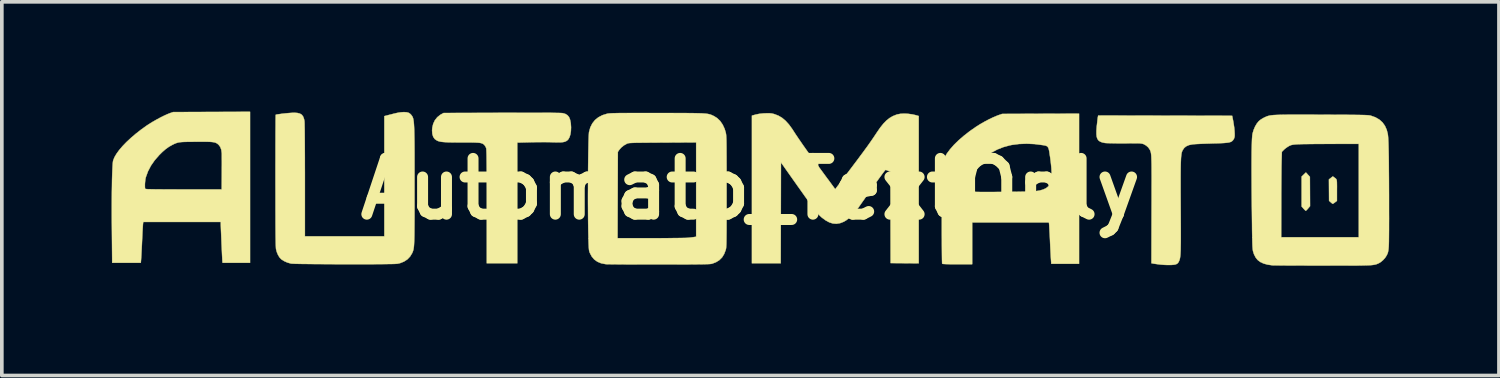
<source format=kicad_pcb>
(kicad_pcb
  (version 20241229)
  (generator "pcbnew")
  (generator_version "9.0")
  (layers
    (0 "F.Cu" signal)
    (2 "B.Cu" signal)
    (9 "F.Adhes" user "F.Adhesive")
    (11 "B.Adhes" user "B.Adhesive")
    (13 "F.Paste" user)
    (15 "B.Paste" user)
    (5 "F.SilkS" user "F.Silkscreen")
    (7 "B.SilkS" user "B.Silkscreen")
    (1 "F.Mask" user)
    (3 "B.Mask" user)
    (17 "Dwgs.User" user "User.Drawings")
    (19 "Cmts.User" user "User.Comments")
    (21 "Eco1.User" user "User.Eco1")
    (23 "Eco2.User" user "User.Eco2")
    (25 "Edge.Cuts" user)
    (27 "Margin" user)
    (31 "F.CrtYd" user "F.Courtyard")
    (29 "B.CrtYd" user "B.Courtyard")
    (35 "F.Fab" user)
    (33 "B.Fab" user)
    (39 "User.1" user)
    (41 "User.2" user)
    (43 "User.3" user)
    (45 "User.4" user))
  (footprint "Automato_TextOnly"
    (layer "F.Cu")
    (at 17.462 2.114)
    (property "Reference" "Automato_TextOnly" (at 0 0 0) (layer "F.SilkS") (effects (font (size 1.524 1.524) (thickness 0.3))))
    (attr through_hole)
    (fp_poly (pts (xy 15.233 -0.391) (xy 15.288 -0.331) (xy 15.29 0.069) (xy 15.292 0.47) (xy 15.239 0.533) (xy 15.21 0.566) (xy 15.187 0.589) (xy 15.176 0.597) (xy 15.163 0.588) (xy 15.139 0.565) (xy 15.114 0.538) (xy 15.062 0.479) (xy 15.062 -0.338) (xy 15.179 -0.451) (xy 15.233 -0.391)) (stroke (width 0.01) (type solid)) (fill yes) (layer "F.SilkS"))
    (fp_poly (pts (xy 15.949 -0.318) (xy 15.974 -0.3) (xy 15.993 -0.285) (xy 16.007 -0.27) (xy 16.017 -0.251) (xy 16.023 -0.225) (xy 16.026 -0.187) (xy 16.027 -0.136) (xy 16.028 -0.066) (xy 16.027 0.025) (xy 16.027 0.034) (xy 16.027 0.325) (xy 15.974 0.366) (xy 15.943 0.389) (xy 15.92 0.403) (xy 15.913 0.406) (xy 15.899 0.399) (xy 15.874 0.379) (xy 15.858 0.365) (xy 15.812 0.324) (xy 15.81 0.032) (xy 15.808 -0.26) (xy 15.862 -0.302) (xy 15.915 -0.343) (xy 15.949 -0.318)) (stroke (width 0.01) (type solid)) (fill yes) (layer "F.SilkS"))
    (fp_poly (pts (xy -5.91 -2.082) (xy -5.746 -2.082) (xy -5.604 -2.081) (xy -5.482 -2.081) (xy -5.379 -2.08) (xy -5.295 -2.078) (xy -5.229 -2.077) (xy -5.18 -2.075) (xy -5.146 -2.073) (xy -5.129 -2.071) (xy -5.057 -2.049) (xy -5.002 -2.014) (xy -4.961 -1.965) (xy -4.933 -1.898) (xy -4.915 -1.81) (xy -4.912 -1.791) (xy -4.905 -1.684) (xy -4.909 -1.583) (xy -4.923 -1.492) (xy -4.947 -1.415) (xy -4.98 -1.356) (xy -5.013 -1.323) (xy -5.044 -1.304) (xy -5.078 -1.29) (xy -5.118 -1.281) (xy -5.17 -1.275) (xy -5.237 -1.273) (xy -5.321 -1.274) (xy -5.408 -1.276) (xy -5.491 -1.279) (xy -5.592 -1.28) (xy -5.704 -1.28) (xy -5.822 -1.279) (xy -5.937 -1.278) (xy -6.014 -1.276) (xy -6.375 -1.267) (xy -6.375 2.032) (xy -7.208 2.032) (xy -7.208 0.486) (xy -7.208 0.242) (xy -7.208 0.022) (xy -7.209 -0.175) (xy -7.209 -0.349) (xy -7.21 -0.502) (xy -7.211 -0.636) (xy -7.212 -0.75) (xy -7.213 -0.847) (xy -7.214 -0.927) (xy -7.216 -0.991) (xy -7.218 -1.041) (xy -7.22 -1.078) (xy -7.222 -1.102) (xy -7.224 -1.114) (xy -7.243 -1.158) (xy -7.271 -1.198) (xy -7.277 -1.204) (xy -7.295 -1.221) (xy -7.316 -1.235) (xy -7.341 -1.246) (xy -7.373 -1.255) (xy -7.415 -1.262) (xy -7.468 -1.266) (xy -7.537 -1.269) (xy -7.622 -1.271) (xy -7.728 -1.271) (xy -7.855 -1.271) (xy -7.882 -1.271) (xy -8.026 -1.271) (xy -8.148 -1.272) (xy -8.249 -1.274) (xy -8.332 -1.278) (xy -8.4 -1.283) (xy -8.456 -1.289) (xy -8.5 -1.298) (xy -8.538 -1.309) (xy -8.569 -1.322) (xy -8.57 -1.323) (xy -8.63 -1.365) (xy -8.672 -1.425) (xy -8.696 -1.504) (xy -8.703 -1.599) (xy -8.697 -1.674) (xy -8.672 -1.781) (xy -8.626 -1.878) (xy -8.56 -1.961) (xy -8.477 -2.027) (xy -8.456 -2.039) (xy -8.388 -2.076) (xy -6.792 -2.081) (xy -6.536 -2.081) (xy -6.304 -2.082) (xy -6.095 -2.082) (xy -5.91 -2.082)) (stroke (width 0.01) (type solid)) (fill yes) (layer "F.SilkS"))
    (fp_poly (pts (xy 0.525 -2.068) (xy 0.569 -2.064) (xy 0.611 -2.056) (xy 0.655 -2.044) (xy 0.763 -2.002) (xy 0.863 -1.943) (xy 0.957 -1.864) (xy 1.048 -1.764) (xy 1.138 -1.641) (xy 1.156 -1.613) (xy 1.239 -1.485) (xy 1.335 -1.343) (xy 1.44 -1.191) (xy 1.551 -1.034) (xy 1.663 -0.878) (xy 1.725 -0.794) (xy 1.794 -0.701) (xy 1.872 -0.595) (xy 1.953 -0.485) (xy 2.032 -0.377) (xy 2.103 -0.28) (xy 2.119 -0.26) (xy 2.315 0.007) (xy 2.608 -0.38) (xy 2.726 -0.537) (xy 2.83 -0.675) (xy 2.922 -0.797) (xy 3.002 -0.905) (xy 3.073 -1) (xy 3.135 -1.085) (xy 3.191 -1.161) (xy 3.24 -1.231) (xy 3.286 -1.296) (xy 3.329 -1.358) (xy 3.371 -1.42) (xy 3.413 -1.483) (xy 3.457 -1.549) (xy 3.462 -1.556) (xy 3.549 -1.682) (xy 3.633 -1.786) (xy 3.715 -1.87) (xy 3.799 -1.937) (xy 3.887 -1.989) (xy 3.981 -2.027) (xy 4.012 -2.037) (xy 4.095 -2.053) (xy 4.195 -2.059) (xy 4.303 -2.054) (xy 4.415 -2.039) (xy 4.523 -2.015) (xy 4.531 -2.012) (xy 4.597 -1.993) (xy 4.597 2.032) (xy 3.829 2.026) (xy 3.826 0.777) (xy 3.823 -0.471) (xy 3.764 -0.496) (xy 3.727 -0.51) (xy 3.699 -0.519) (xy 3.69 -0.521) (xy 3.683 -0.515) (xy 3.667 -0.496) (xy 3.642 -0.465) (xy 3.608 -0.42) (xy 3.564 -0.359) (xy 3.509 -0.284) (xy 3.444 -0.192) (xy 3.366 -0.083) (xy 3.276 0.045) (xy 3.173 0.19) (xy 3.057 0.355) (xy 2.954 0.502) (xy 2.873 0.609) (xy 2.787 0.706) (xy 2.7 0.79) (xy 2.616 0.856) (xy 2.548 0.896) (xy 2.448 0.935) (xy 2.349 0.951) (xy 2.252 0.944) (xy 2.153 0.913) (xy 2.052 0.858) (xy 1.95 0.783) (xy 1.924 0.759) (xy 1.896 0.733) (xy 1.866 0.702) (xy 1.833 0.664) (xy 1.796 0.619) (xy 1.753 0.564) (xy 1.703 0.498) (xy 1.645 0.419) (xy 1.577 0.326) (xy 1.499 0.218) (xy 1.41 0.092) (xy 1.307 -0.053) (xy 1.281 -0.089) (xy 0.832 -0.725) (xy 0.829 0.654) (xy 0.825 2.032) (xy 0.038 2.032) (xy 0.038 -2.004) (xy 0.143 -2.033) (xy 0.235 -2.052) (xy 0.341 -2.064) (xy 0.402 -2.067) (xy 0.472 -2.069) (xy 0.525 -2.068)) (stroke (width 0.01) (type solid)) (fill yes) (layer "F.SilkS"))
    (fp_poly (pts (xy 13.163 -2) (xy 13.192 -1.854) (xy 13.207 -1.764) (xy 13.22 -1.673) (xy 13.228 -1.586) (xy 13.232 -1.509) (xy 13.232 -1.448) (xy 13.228 -1.418) (xy 13.214 -1.376) (xy 13.19 -1.337) (xy 13.188 -1.335) (xy 13.17 -1.315) (xy 13.15 -1.299) (xy 13.126 -1.286) (xy 13.094 -1.276) (xy 13.053 -1.267) (xy 13 -1.261) (xy 12.931 -1.255) (xy 12.845 -1.251) (xy 12.739 -1.247) (xy 12.611 -1.244) (xy 12.605 -1.243) (xy 12.498 -1.24) (xy 12.395 -1.237) (xy 12.3 -1.233) (xy 12.216 -1.229) (xy 12.148 -1.225) (xy 12.1 -1.221) (xy 12.081 -1.219) (xy 11.986 -1.2) (xy 11.911 -1.168) (xy 11.854 -1.123) (xy 11.812 -1.062) (xy 11.791 -1.015) (xy 11.785 -0.993) (xy 11.779 -0.965) (xy 11.774 -0.93) (xy 11.769 -0.887) (xy 11.765 -0.834) (xy 11.762 -0.769) (xy 11.759 -0.692) (xy 11.757 -0.601) (xy 11.756 -0.495) (xy 11.755 -0.371) (xy 11.755 -0.229) (xy 11.755 -0.068) (xy 11.755 0.115) (xy 11.756 0.321) (xy 11.757 0.533) (xy 11.758 0.747) (xy 11.759 0.936) (xy 11.76 1.103) (xy 11.76 1.25) (xy 11.76 1.377) (xy 11.759 1.487) (xy 11.757 1.581) (xy 11.756 1.661) (xy 11.753 1.727) (xy 11.75 1.783) (xy 11.746 1.829) (xy 11.741 1.867) (xy 11.736 1.898) (xy 11.729 1.924) (xy 11.722 1.947) (xy 11.713 1.968) (xy 11.711 1.975) (xy 11.689 2.014) (xy 11.663 2.041) (xy 11.626 2.06) (xy 11.575 2.071) (xy 11.505 2.077) (xy 11.462 2.078) (xy 11.384 2.078) (xy 11.296 2.074) (xy 11.213 2.067) (xy 11.182 2.064) (xy 11.121 2.056) (xy 11.064 2.048) (xy 11.02 2.042) (xy 11 2.038) (xy 10.957 2.03) (xy 10.961 0.555) (xy 10.962 0.326) (xy 10.962 0.122) (xy 10.962 -0.06) (xy 10.963 -0.221) (xy 10.963 -0.362) (xy 10.962 -0.485) (xy 10.962 -0.591) (xy 10.961 -0.682) (xy 10.959 -0.759) (xy 10.957 -0.823) (xy 10.955 -0.876) (xy 10.952 -0.92) (xy 10.948 -0.955) (xy 10.944 -0.984) (xy 10.939 -1.007) (xy 10.933 -1.026) (xy 10.927 -1.043) (xy 10.92 -1.059) (xy 10.912 -1.075) (xy 10.908 -1.081) (xy 10.869 -1.137) (xy 10.813 -1.186) (xy 10.75 -1.223) (xy 10.721 -1.233) (xy 10.676 -1.242) (xy 10.619 -1.248) (xy 10.573 -1.249) (xy 10.414 -1.248) (xy 10.266 -1.247) (xy 10.128 -1.247) (xy 10.005 -1.247) (xy 9.898 -1.249) (xy 9.808 -1.251) (xy 9.739 -1.253) (xy 9.692 -1.256) (xy 9.679 -1.258) (xy 9.609 -1.273) (xy 9.554 -1.295) (xy 9.511 -1.325) (xy 9.481 -1.368) (xy 9.462 -1.424) (xy 9.454 -1.497) (xy 9.454 -1.589) (xy 9.462 -1.702) (xy 9.467 -1.746) (xy 9.475 -1.816) (xy 9.482 -1.879) (xy 9.488 -1.93) (xy 9.493 -1.964) (xy 9.495 -1.972) (xy 9.502 -2.007) (xy 13.163 -2)) (stroke (width 0.01) (type solid)) (fill yes) (layer "F.SilkS"))
    (fp_poly (pts (xy -13.678 2.019) (xy -14.427 2.019) (xy -14.432 1.991) (xy -14.434 1.973) (xy -14.436 1.934) (xy -14.439 1.876) (xy -14.443 1.802) (xy -14.447 1.716) (xy -14.451 1.622) (xy -14.456 1.522) (xy -14.46 1.421) (xy -14.464 1.32) (xy -14.468 1.225) (xy -14.472 1.137) (xy -14.475 1.061) (xy -14.477 0.999) (xy -14.478 0.956) (xy -14.478 0.937) (xy -14.478 0.902) (xy -16.597 0.902) (xy -16.604 0.956) (xy -16.606 0.981) (xy -16.609 1.029) (xy -16.613 1.095) (xy -16.618 1.176) (xy -16.622 1.268) (xy -16.627 1.369) (xy -16.63 1.435) (xy -16.635 1.541) (xy -16.64 1.641) (xy -16.645 1.734) (xy -16.649 1.814) (xy -16.653 1.879) (xy -16.656 1.924) (xy -16.657 1.94) (xy -16.664 2.019) (xy -17.446 2.019) (xy -17.454 1.133) (xy -17.456 0.906) (xy -17.457 0.687) (xy -17.457 0.477) (xy -17.456 0.278) (xy -17.455 0.091) (xy -17.452 -0.082) (xy -17.452 -0.084) (xy -16.552 -0.084) (xy -16.55 -0.037) (xy -16.545 -0.007) (xy -16.543 -0.002) (xy -16.534 0.001) (xy -16.51 0.003) (xy -16.471 0.006) (xy -16.414 0.007) (xy -16.34 0.009) (xy -16.246 0.01) (xy -16.132 0.011) (xy -15.997 0.012) (xy -15.84 0.012) (xy -15.659 0.013) (xy -15.493 0.013) (xy -14.453 0.013) (xy -14.45 -0.448) (xy -14.45 -0.557) (xy -14.449 -0.66) (xy -14.449 -0.755) (xy -14.45 -0.838) (xy -14.45 -0.905) (xy -14.45 -0.954) (xy -14.451 -0.978) (xy -14.464 -1.073) (xy -14.493 -1.149) (xy -14.538 -1.209) (xy -14.542 -1.212) (xy -14.566 -1.232) (xy -14.59 -1.249) (xy -14.618 -1.262) (xy -14.651 -1.273) (xy -14.692 -1.28) (xy -14.745 -1.286) (xy -14.811 -1.289) (xy -14.894 -1.291) (xy -14.996 -1.291) (xy -15.12 -1.291) (xy -15.157 -1.29) (xy -15.281 -1.289) (xy -15.383 -1.288) (xy -15.465 -1.286) (xy -15.532 -1.283) (xy -15.587 -1.278) (xy -15.632 -1.271) (xy -15.672 -1.261) (xy -15.709 -1.248) (xy -15.747 -1.232) (xy -15.788 -1.212) (xy -15.811 -1.2) (xy -15.898 -1.151) (xy -15.983 -1.09) (xy -16.071 -1.014) (xy -16.161 -0.925) (xy -16.284 -0.784) (xy -16.387 -0.636) (xy -16.467 -0.483) (xy -16.523 -0.33) (xy -16.531 -0.302) (xy -16.54 -0.256) (xy -16.546 -0.2) (xy -16.551 -0.14) (xy -16.552 -0.084) (xy -17.452 -0.084) (xy -17.45 -0.24) (xy -17.446 -0.38) (xy -17.441 -0.503) (xy -17.436 -0.606) (xy -17.431 -0.688) (xy -17.425 -0.747) (xy -17.418 -0.781) (xy -17.384 -0.866) (xy -17.329 -0.96) (xy -17.255 -1.062) (xy -17.164 -1.169) (xy -17.057 -1.28) (xy -16.936 -1.393) (xy -16.804 -1.506) (xy -16.661 -1.618) (xy -16.511 -1.726) (xy -16.447 -1.768) (xy -16.35 -1.829) (xy -16.245 -1.889) (xy -16.138 -1.947) (xy -16.034 -1.999) (xy -15.938 -2.043) (xy -15.862 -2.073) (xy -15.78 -2.101) (xy -13.678 -2.109) (xy -13.678 2.019)) (stroke (width 0.01) (type solid)) (fill yes) (layer "F.SilkS"))
    (fp_poly (pts (xy 8.979 2.045) (xy 8.22 2.045) (xy 8.213 1.946) (xy 8.21 1.91) (xy 8.207 1.852) (xy 8.203 1.776) (xy 8.198 1.686) (xy 8.193 1.587) (xy 8.188 1.481) (xy 8.185 1.41) (xy 8.18 1.306) (xy 8.175 1.209) (xy 8.17 1.122) (xy 8.166 1.049) (xy 8.163 0.993) (xy 8.16 0.956) (xy 8.159 0.943) (xy 8.153 0.914) (xy 6.058 0.914) (xy 6.058 2.057) (xy 5.652 2.057) (xy 5.523 2.057) (xy 5.418 2.056) (xy 5.338 2.054) (xy 5.282 2.051) (xy 5.248 2.047) (xy 5.238 2.044) (xy 5.236 2.028) (xy 5.235 1.99) (xy 5.233 1.93) (xy 5.232 1.851) (xy 5.231 1.754) (xy 5.23 1.643) (xy 5.229 1.518) (xy 5.229 1.383) (xy 5.228 1.238) (xy 5.228 1.087) (xy 5.228 0.931) (xy 5.228 0.773) (xy 5.228 0.613) (xy 5.229 0.455) (xy 5.229 0.301) (xy 5.23 0.151) (xy 5.231 0.01) (xy 5.232 -0.122) (xy 5.232 -0.123) (xy 6.102 -0.123) (xy 6.109 -0.045) (xy 6.116 0.007) (xy 6.122 0.048) (xy 6.127 0.073) (xy 6.128 0.077) (xy 6.142 0.079) (xy 6.179 0.081) (xy 6.235 0.082) (xy 6.309 0.083) (xy 6.399 0.083) (xy 6.501 0.083) (xy 6.612 0.083) (xy 6.731 0.082) (xy 6.855 0.081) (xy 6.981 0.08) (xy 7.106 0.079) (xy 7.228 0.078) (xy 7.345 0.076) (xy 7.453 0.074) (xy 7.551 0.072) (xy 7.635 0.07) (xy 7.703 0.068) (xy 7.753 0.065) (xy 7.779 0.063) (xy 7.899 0.044) (xy 7.996 0.017) (xy 8.074 -0.019) (xy 8.133 -0.066) (xy 8.178 -0.124) (xy 8.209 -0.194) (xy 8.223 -0.258) (xy 8.23 -0.345) (xy 8.229 -0.452) (xy 8.222 -0.58) (xy 8.207 -0.725) (xy 8.191 -0.85) (xy 8.176 -0.948) (xy 8.165 -1.024) (xy 8.153 -1.081) (xy 8.139 -1.122) (xy 8.122 -1.15) (xy 8.1 -1.169) (xy 8.071 -1.182) (xy 8.032 -1.191) (xy 7.983 -1.199) (xy 7.981 -1.199) (xy 7.764 -1.227) (xy 7.549 -1.237) (xy 7.339 -1.229) (xy 7.14 -1.203) (xy 7.087 -1.192) (xy 6.908 -1.143) (xy 6.743 -1.078) (xy 6.595 -0.998) (xy 6.465 -0.905) (xy 6.352 -0.799) (xy 6.26 -0.682) (xy 6.187 -0.554) (xy 6.136 -0.418) (xy 6.107 -0.274) (xy 6.102 -0.123) (xy 5.232 -0.123) (xy 5.233 -0.242) (xy 5.234 -0.348) (xy 5.236 -0.439) (xy 5.237 -0.512) (xy 5.239 -0.564) (xy 5.241 -0.592) (xy 5.247 -0.663) (xy 5.254 -0.716) (xy 5.262 -0.757) (xy 5.274 -0.793) (xy 5.29 -0.832) (xy 5.3 -0.852) (xy 5.365 -0.965) (xy 5.453 -1.083) (xy 5.561 -1.206) (xy 5.689 -1.331) (xy 5.834 -1.456) (xy 5.994 -1.581) (xy 6.167 -1.701) (xy 6.276 -1.77) (xy 6.393 -1.837) (xy 6.512 -1.9) (xy 6.627 -1.955) (xy 6.731 -1.999) (xy 6.775 -2.016) (xy 6.877 -2.051) (xy 7.928 -2.055) (xy 8.979 -2.058) (xy 8.979 2.045)) (stroke (width 0.01) (type solid)) (fill yes) (layer "F.SilkS"))
    (fp_poly (pts (xy -9.394 -2.095) (xy -9.337 -2.078) (xy -9.292 -2.045) (xy -9.267 -2.016) (xy -9.255 -2) (xy -9.245 -1.984) (xy -9.235 -1.966) (xy -9.227 -1.945) (xy -9.219 -1.92) (xy -9.213 -1.889) (xy -9.207 -1.852) (xy -9.202 -1.807) (xy -9.198 -1.752) (xy -9.194 -1.686) (xy -9.191 -1.609) (xy -9.189 -1.518) (xy -9.187 -1.413) (xy -9.185 -1.291) (xy -9.184 -1.153) (xy -9.183 -0.996) (xy -9.183 -0.819) (xy -9.183 -0.621) (xy -9.183 -0.401) (xy -9.183 -0.157) (xy -9.183 -0.083) (xy -9.183 0.159) (xy -9.183 0.377) (xy -9.183 0.572) (xy -9.183 0.745) (xy -9.184 0.899) (xy -9.185 1.034) (xy -9.186 1.152) (xy -9.187 1.255) (xy -9.189 1.343) (xy -9.191 1.418) (xy -9.194 1.481) (xy -9.197 1.534) (xy -9.201 1.579) (xy -9.206 1.615) (xy -9.211 1.646) (xy -9.217 1.672) (xy -9.224 1.695) (xy -9.231 1.716) (xy -9.24 1.736) (xy -9.249 1.757) (xy -9.25 1.758) (xy -9.305 1.848) (xy -9.379 1.925) (xy -9.471 1.985) (xy -9.576 2.027) (xy -9.652 2.044) (xy -9.68 2.046) (xy -9.732 2.049) (xy -9.804 2.051) (xy -9.896 2.052) (xy -10.004 2.054) (xy -10.127 2.055) (xy -10.263 2.056) (xy -10.41 2.057) (xy -10.566 2.057) (xy -10.728 2.057) (xy -10.895 2.057) (xy -11.065 2.057) (xy -11.235 2.057) (xy -11.403 2.056) (xy -11.568 2.055) (xy -11.727 2.054) (xy -11.878 2.053) (xy -12.02 2.052) (xy -12.15 2.05) (xy -12.266 2.049) (xy -12.366 2.047) (xy -12.448 2.045) (xy -12.51 2.042) (xy -12.55 2.04) (xy -12.562 2.038) (xy -12.658 2.011) (xy -12.748 1.971) (xy -12.823 1.923) (xy -12.828 1.919) (xy -12.874 1.869) (xy -12.915 1.8) (xy -12.948 1.721) (xy -12.968 1.644) (xy -12.97 1.624) (xy -12.972 1.591) (xy -12.974 1.545) (xy -12.976 1.483) (xy -12.977 1.406) (xy -12.979 1.312) (xy -12.98 1.201) (xy -12.981 1.071) (xy -12.982 0.922) (xy -12.982 0.752) (xy -12.983 0.561) (xy -12.983 0.348) (xy -12.983 0.111) (xy -12.984 -0.149) (xy -12.984 -0.232) (xy -12.984 -0.443) (xy -12.984 -0.647) (xy -12.983 -0.842) (xy -12.983 -1.028) (xy -12.983 -1.203) (xy -12.982 -1.364) (xy -12.982 -1.512) (xy -12.981 -1.644) (xy -12.98 -1.758) (xy -12.98 -1.855) (xy -12.979 -1.931) (xy -12.978 -1.986) (xy -12.977 -2.018) (xy -12.977 -2.026) (xy -12.96 -2.032) (xy -12.923 -2.039) (xy -12.87 -2.046) (xy -12.806 -2.055) (xy -12.736 -2.063) (xy -12.664 -2.07) (xy -12.595 -2.076) (xy -12.534 -2.08) (xy -12.486 -2.082) (xy -12.477 -2.083) (xy -12.387 -2.077) (xy -12.317 -2.06) (xy -12.265 -2.029) (xy -12.228 -1.98) (xy -12.203 -1.913) (xy -12.192 -1.859) (xy -12.19 -1.835) (xy -12.188 -1.787) (xy -12.187 -1.716) (xy -12.185 -1.623) (xy -12.184 -1.508) (xy -12.183 -1.374) (xy -12.182 -1.222) (xy -12.181 -1.052) (xy -12.18 -0.865) (xy -12.18 -0.664) (xy -12.179 -0.448) (xy -12.179 -0.244) (xy -12.179 1.295) (xy -10.008 1.295) (xy -10.008 -1.99) (xy -9.858 -2.029) (xy -9.76 -2.054) (xy -9.681 -2.073) (xy -9.617 -2.086) (xy -9.562 -2.094) (xy -9.512 -2.098) (xy -9.468 -2.1) (xy -9.394 -2.095)) (stroke (width 0.01) (type solid)) (fill yes) (layer "F.SilkS"))
    (fp_poly (pts (xy 15.147 -2.03) (xy 15.335 -2.03) (xy 15.546 -2.029) (xy 15.61 -2.029) (xy 15.819 -2.028) (xy 16.004 -2.027) (xy 16.167 -2.026) (xy 16.309 -2.026) (xy 16.432 -2.025) (xy 16.537 -2.024) (xy 16.626 -2.023) (xy 16.7 -2.021) (xy 16.762 -2.02) (xy 16.812 -2.018) (xy 16.852 -2.016) (xy 16.884 -2.014) (xy 16.909 -2.011) (xy 16.929 -2.008) (xy 16.945 -2.005) (xy 16.952 -2.003) (xy 17.078 -1.958) (xy 17.184 -1.897) (xy 17.271 -1.82) (xy 17.339 -1.725) (xy 17.388 -1.614) (xy 17.416 -1.505) (xy 17.421 -1.469) (xy 17.426 -1.417) (xy 17.43 -1.348) (xy 17.434 -1.261) (xy 17.437 -1.155) (xy 17.44 -1.03) (xy 17.443 -0.885) (xy 17.445 -0.72) (xy 17.446 -0.533) (xy 17.448 -0.324) (xy 17.449 -0.092) (xy 17.45 0.164) (xy 17.45 0.444) (xy 17.45 0.618) (xy 17.451 0.808) (xy 17.45 0.974) (xy 17.45 1.119) (xy 17.449 1.243) (xy 17.448 1.349) (xy 17.447 1.439) (xy 17.445 1.514) (xy 17.442 1.577) (xy 17.438 1.628) (xy 17.433 1.67) (xy 17.427 1.704) (xy 17.421 1.733) (xy 17.413 1.758) (xy 17.403 1.781) (xy 17.392 1.804) (xy 17.385 1.818) (xy 17.344 1.882) (xy 17.288 1.944) (xy 17.226 1.996) (xy 17.178 2.026) (xy 17.156 2.036) (xy 17.135 2.046) (xy 17.114 2.054) (xy 17.091 2.062) (xy 17.064 2.068) (xy 17.033 2.074) (xy 16.995 2.079) (xy 16.949 2.083) (xy 16.894 2.086) (xy 16.828 2.088) (xy 16.75 2.09) (xy 16.657 2.092) (xy 16.549 2.093) (xy 16.424 2.093) (xy 16.28 2.094) (xy 16.116 2.094) (xy 15.93 2.094) (xy 15.721 2.093) (xy 15.621 2.093) (xy 15.44 2.093) (xy 15.265 2.093) (xy 15.098 2.092) (xy 14.942 2.092) (xy 14.797 2.091) (xy 14.666 2.091) (xy 14.55 2.09) (xy 14.451 2.089) (xy 14.371 2.089) (xy 14.312 2.088) (xy 14.274 2.087) (xy 14.262 2.087) (xy 14.131 2.068) (xy 14.022 2.038) (xy 13.932 1.996) (xy 13.86 1.941) (xy 13.804 1.871) (xy 13.76 1.784) (xy 13.733 1.699) (xy 13.73 1.682) (xy 13.727 1.66) (xy 13.724 1.632) (xy 13.721 1.596) (xy 13.718 1.55) (xy 13.716 1.493) (xy 13.714 1.422) (xy 13.712 1.337) (xy 13.712 1.321) (xy 14.503 1.321) (xy 16.624 1.321) (xy 16.624 -1.232) (xy 15.865 -1.231) (xy 15.723 -1.231) (xy 15.584 -1.23) (xy 15.451 -1.23) (xy 15.327 -1.228) (xy 15.215 -1.227) (xy 15.117 -1.226) (xy 15.037 -1.224) (xy 14.977 -1.222) (xy 14.947 -1.221) (xy 14.878 -1.216) (xy 14.828 -1.21) (xy 14.791 -1.203) (xy 14.759 -1.193) (xy 14.726 -1.178) (xy 14.711 -1.17) (xy 14.66 -1.138) (xy 14.608 -1.099) (xy 14.578 -1.072) (xy 14.522 -1.015) (xy 14.514 -0.765) (xy 14.513 -0.709) (xy 14.511 -0.631) (xy 14.51 -0.533) (xy 14.509 -0.419) (xy 14.508 -0.29) (xy 14.507 -0.149) (xy 14.506 -0.00019) (xy 14.505 0.155) (xy 14.505 0.313) (xy 14.505 0.403) (xy 14.503 1.321) (xy 13.712 1.321) (xy 13.71 1.236) (xy 13.708 1.118) (xy 13.707 0.979) (xy 13.705 0.82) (xy 13.703 0.638) (xy 13.701 0.495) (xy 13.698 0.209) (xy 13.696 -0.053) (xy 13.695 -0.29) (xy 13.694 -0.505) (xy 13.694 -0.697) (xy 13.695 -0.867) (xy 13.696 -1.017) (xy 13.699 -1.146) (xy 13.702 -1.256) (xy 13.705 -1.347) (xy 13.71 -1.42) (xy 13.715 -1.476) (xy 13.722 -1.515) (xy 13.722 -1.517) (xy 13.75 -1.612) (xy 13.789 -1.704) (xy 13.836 -1.785) (xy 13.887 -1.848) (xy 13.935 -1.889) (xy 13.996 -1.928) (xy 14.039 -1.951) (xy 14.067 -1.964) (xy 14.092 -1.975) (xy 14.117 -1.986) (xy 14.144 -1.994) (xy 14.174 -2.002) (xy 14.208 -2.009) (xy 14.248 -2.014) (xy 14.296 -2.019) (xy 14.354 -2.022) (xy 14.422 -2.025) (xy 14.503 -2.027) (xy 14.597 -2.029) (xy 14.707 -2.03) (xy 14.835 -2.03) (xy 14.981 -2.03) (xy 15.147 -2.03)) (stroke (width 0.01) (type solid)) (fill yes) (layer "F.SilkS"))
    (fp_poly (pts (xy -2.711 -2.075) (xy -2.553 -2.075) (xy -2.336 -2.075) (xy -2.144 -2.075) (xy -1.974 -2.074) (xy -1.824 -2.074) (xy -1.694 -2.073) (xy -1.581 -2.072) (xy -1.484 -2.07) (xy -1.401 -2.068) (xy -1.332 -2.066) (xy -1.273 -2.062) (xy -1.224 -2.058) (xy -1.183 -2.053) (xy -1.149 -2.047) (xy -1.12 -2.04) (xy -1.093 -2.032) (xy -1.069 -2.023) (xy -1.045 -2.012) (xy -1.02 -2) (xy -1.007 -1.995) (xy -0.913 -1.937) (xy -0.83 -1.857) (xy -0.762 -1.759) (xy -0.708 -1.643) (xy -0.676 -1.536) (xy -0.673 -1.52) (xy -0.67 -1.502) (xy -0.667 -1.481) (xy -0.665 -1.454) (xy -0.663 -1.421) (xy -0.661 -1.38) (xy -0.659 -1.329) (xy -0.658 -1.268) (xy -0.657 -1.194) (xy -0.656 -1.107) (xy -0.656 -1.005) (xy -0.655 -0.887) (xy -0.655 -0.75) (xy -0.654 -0.595) (xy -0.654 -0.418) (xy -0.654 -0.219) (xy -0.654 0.003) (xy -0.654 0.07) (xy -0.654 0.298) (xy -0.654 0.503) (xy -0.654 0.684) (xy -0.654 0.845) (xy -0.655 0.986) (xy -0.655 1.109) (xy -0.656 1.214) (xy -0.657 1.304) (xy -0.658 1.381) (xy -0.659 1.444) (xy -0.66 1.496) (xy -0.662 1.539) (xy -0.664 1.573) (xy -0.666 1.6) (xy -0.668 1.621) (xy -0.671 1.638) (xy -0.675 1.653) (xy -0.677 1.663) (xy -0.72 1.776) (xy -0.777 1.87) (xy -0.852 1.945) (xy -0.944 2.002) (xy -1.054 2.044) (xy -1.06 2.045) (xy -1.075 2.048) (xy -1.098 2.05) (xy -1.131 2.053) (xy -1.174 2.055) (xy -1.23 2.056) (xy -1.3 2.058) (xy -1.384 2.059) (xy -1.484 2.06) (xy -1.602 2.061) (xy -1.739 2.062) (xy -1.896 2.062) (xy -2.074 2.063) (xy -2.276 2.063) (xy -2.501 2.063) (xy -2.502 2.063) (xy -2.689 2.063) (xy -2.87 2.063) (xy -3.043 2.063) (xy -3.207 2.062) (xy -3.359 2.062) (xy -3.499 2.061) (xy -3.624 2.06) (xy -3.732 2.059) (xy -3.822 2.058) (xy -3.892 2.057) (xy -3.94 2.056) (xy -3.964 2.054) (xy -3.965 2.054) (xy -4.083 2.031) (xy -4.186 1.988) (xy -4.272 1.926) (xy -4.341 1.844) (xy -4.393 1.744) (xy -4.401 1.721) (xy -4.407 1.703) (xy -4.412 1.68) (xy -4.416 1.651) (xy -4.419 1.612) (xy -4.422 1.562) (xy -4.425 1.498) (xy -4.428 1.417) (xy -4.43 1.346) (xy -3.634 1.346) (xy -2.722 1.346) (xy -2.562 1.346) (xy -2.409 1.345) (xy -2.265 1.345) (xy -2.131 1.343) (xy -2.011 1.342) (xy -1.907 1.34) (xy -1.82 1.339) (xy -1.754 1.337) (xy -1.709 1.335) (xy -1.695 1.333) (xy -1.638 1.327) (xy -1.584 1.32) (xy -1.543 1.315) (xy -1.534 1.313) (xy -1.486 1.306) (xy -1.486 -1.273) (xy -2.403 -1.268) (xy -2.578 -1.267) (xy -2.729 -1.266) (xy -2.858 -1.265) (xy -2.968 -1.264) (xy -3.059 -1.263) (xy -3.135 -1.262) (xy -3.195 -1.26) (xy -3.244 -1.258) (xy -3.282 -1.256) (xy -3.31 -1.254) (xy -3.332 -1.251) (xy -3.349 -1.247) (xy -3.363 -1.243) (xy -3.375 -1.238) (xy -3.384 -1.234) (xy -3.46 -1.191) (xy -3.531 -1.134) (xy -3.586 -1.072) (xy -3.592 -1.063) (xy -3.626 -1.012) (xy -3.63 0.167) (xy -3.634 1.346) (xy -4.43 1.346) (xy -4.43 1.318) (xy -4.433 1.198) (xy -4.435 1.092) (xy -4.437 0.963) (xy -4.439 0.82) (xy -4.44 0.667) (xy -4.441 0.506) (xy -4.442 0.338) (xy -4.442 0.165) (xy -4.441 -0.01) (xy -4.441 -0.185) (xy -4.44 -0.358) (xy -4.439 -0.528) (xy -4.437 -0.692) (xy -4.435 -0.848) (xy -4.433 -0.994) (xy -4.43 -1.128) (xy -4.428 -1.248) (xy -4.425 -1.352) (xy -4.422 -1.438) (xy -4.418 -1.503) (xy -4.415 -1.546) (xy -4.413 -1.558) (xy -4.378 -1.683) (xy -4.323 -1.792) (xy -4.25 -1.884) (xy -4.158 -1.958) (xy -4.047 -2.016) (xy -3.924 -2.054) (xy -3.907 -2.058) (xy -3.888 -2.061) (xy -3.864 -2.064) (xy -3.835 -2.066) (xy -3.799 -2.068) (xy -3.755 -2.07) (xy -3.7 -2.071) (xy -3.634 -2.073) (xy -3.555 -2.074) (xy -3.46 -2.074) (xy -3.349 -2.075) (xy -3.221 -2.075) (xy -3.072 -2.075) (xy -2.903 -2.075) (xy -2.711 -2.075)) (stroke (width 0.01) (type solid)) (fill yes) (layer "F.SilkS")))
  (gr_rect
    (start -3 -3)
    (end 37.917 7.213)
    (stroke (width 0.1) (type default))
    (fill no)
    (layer "Edge.Cuts")))
</source>
